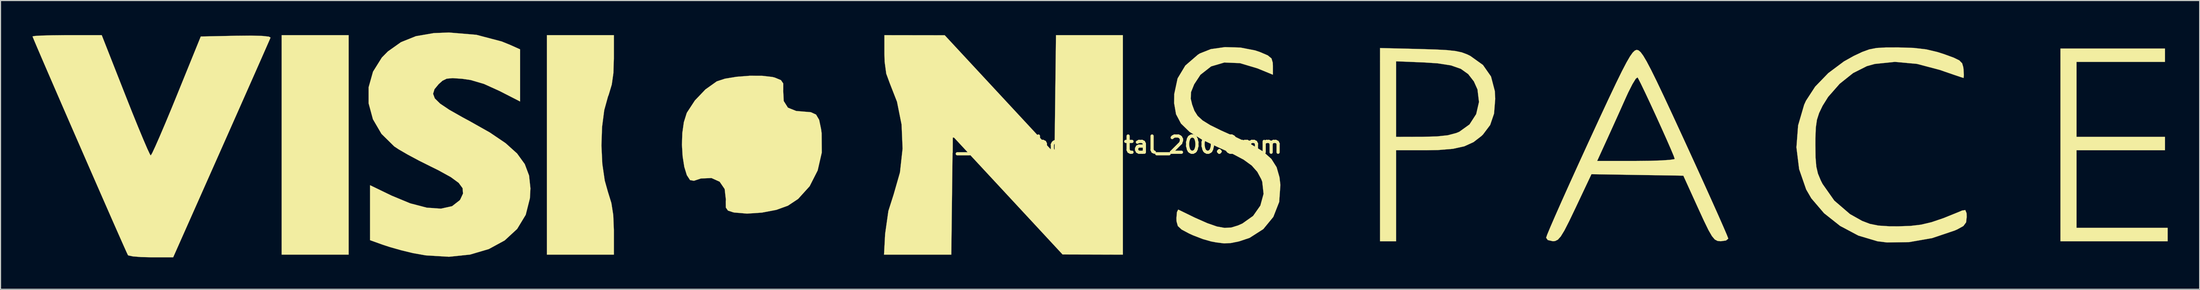
<source format=kicad_pcb>
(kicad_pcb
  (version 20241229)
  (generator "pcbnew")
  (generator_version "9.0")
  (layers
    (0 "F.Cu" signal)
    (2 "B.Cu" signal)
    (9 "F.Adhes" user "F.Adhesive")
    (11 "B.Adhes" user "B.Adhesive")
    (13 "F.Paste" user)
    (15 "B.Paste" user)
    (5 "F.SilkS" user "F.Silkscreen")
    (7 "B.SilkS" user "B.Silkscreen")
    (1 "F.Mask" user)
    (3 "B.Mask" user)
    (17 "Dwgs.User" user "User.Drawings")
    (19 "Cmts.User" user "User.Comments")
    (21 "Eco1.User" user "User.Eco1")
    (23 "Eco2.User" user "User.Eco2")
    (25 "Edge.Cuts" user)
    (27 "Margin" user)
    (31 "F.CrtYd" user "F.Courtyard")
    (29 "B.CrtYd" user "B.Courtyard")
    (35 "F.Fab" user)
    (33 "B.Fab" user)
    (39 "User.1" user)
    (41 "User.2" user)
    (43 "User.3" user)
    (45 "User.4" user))
  (footprint "VST_logo_horizontal_200.0mm"
    (layer "F.Cu")
    (at 100.096 10.564)
    (property "Reference" "VST_logo_horizontal_200.0mm" (at 0 0 0) (layer "F.SilkS") (effects (font (size 1.524 1.524) (thickness 0.3))))
    (attr through_hole)
    (fp_poly (pts (xy -70.416 10.311) (xy -76.703 10.311) (xy -76.703 -10.311) (xy -70.416 -10.311) (xy -70.416 10.311)) (stroke (width 0.01) (type solid)) (fill yes) (layer "F.SilkS"))
    (fp_poly (pts (xy 100.091 -7.796) (xy 91.792 -7.796) (xy 91.792 -0.754) (xy 100.091 -0.754) (xy 100.091 0.503) (xy 91.792 0.503) (xy 91.792 7.796) (xy 100.343 7.796) (xy 100.343 9.053) (xy 90.283 9.053) (xy 90.283 -9.053) (xy 100.091 -9.053) (xy 100.091 -7.796)) (stroke (width 0.01) (type solid)) (fill yes) (layer "F.SilkS"))
    (fp_poly (pts (xy -45.519 -8.11) (xy -45.563 -6.741) (xy -45.714 -5.672) (xy -46.003 -4.708) (xy -46.074 -4.527) (xy -46.422 -3.265) (xy -46.626 -1.684) (xy -46.686 0.055) (xy -46.602 1.79) (xy -46.373 3.358) (xy -46.083 4.392) (xy -45.752 5.462) (xy -45.575 6.591) (xy -45.519 7.988) (xy -45.519 8.102) (xy -45.519 10.311) (xy -51.806 10.311) (xy -51.806 -10.311) (xy -45.519 -10.311) (xy -45.519 -8.11)) (stroke (width 0.01) (type solid)) (fill yes) (layer "F.SilkS"))
    (fp_poly (pts (xy 2.263 10.311) (xy -0.566 10.303) (xy -3.395 10.296) (xy -8.55 4.739) (xy -13.706 -0.817) (xy -13.774 4.747) (xy -13.841 10.311) (xy -20.157 10.311) (xy -20.053 8.362) (xy -19.749 6.211) (xy -19.252 4.652) (xy -18.66 2.586) (xy -18.414 0.353) (xy -18.508 -1.907) (xy -18.938 -4.053) (xy -19.613 -5.78) (xy -19.948 -6.69) (xy -20.101 -7.825) (xy -20.119 -8.54) (xy -20.119 -10.311) (xy -14.46 -10.303) (xy -9.305 -4.749) (xy -4.15 0.805) (xy -4.082 -4.753) (xy -4.014 -10.311) (xy 2.263 -10.311) (xy 2.263 10.311)) (stroke (width 0.01) (type solid)) (fill yes) (layer "F.SilkS"))
    (fp_poly (pts (xy 30.115 -9.009) (xy 31.612 -8.964) (xy 32.706 -8.905) (xy 33.499 -8.818) (xy 34.091 -8.69) (xy 34.582 -8.506) (xy 34.885 -8.356) (xy 36.068 -7.509) (xy 36.825 -6.426) (xy 37.182 -5.06) (xy 37.22 -4.33) (xy 37.11 -2.941) (xy 36.746 -1.871) (xy 36.074 -0.979) (xy 35.92 -0.829) (xy 35.181 -0.26) (xy 34.324 0.131) (xy 33.246 0.37) (xy 31.842 0.484) (xy 30.689 0.503) (xy 27.915 0.503) (xy 27.915 9.053) (xy 26.406 9.053) (xy 26.406 -0.754) (xy 27.915 -0.754) (xy 30.367 -0.76) (xy 31.754 -0.796) (xy 32.773 -0.907) (xy 33.555 -1.113) (xy 33.844 -1.231) (xy 34.805 -1.92) (xy 35.434 -2.894) (xy 35.696 -4.031) (xy 35.556 -5.208) (xy 35.218 -5.961) (xy 34.682 -6.653) (xy 33.992 -7.145) (xy 33.059 -7.471) (xy 31.791 -7.666) (xy 30.493 -7.749) (xy 27.915 -7.853) (xy 27.915 -0.754) (xy 26.406 -0.754) (xy 26.406 -9.1) (xy 30.115 -9.009)) (stroke (width 0.01) (type solid)) (fill yes) (layer "F.SilkS"))
    (fp_poly (pts (xy -31.597 -6.492) (xy -30.639 -6.382) (xy -30.393 -6.317) (xy -29.833 -6.085) (xy -29.615 -5.768) (xy -29.615 -5.171) (xy -29.622 -5.092) (xy -29.571 -4.119) (xy -29.18 -3.499) (xy -28.41 -3.189) (xy -27.796 -3.136) (xy -27.022 -3.071) (xy -26.536 -2.846) (xy -26.248 -2.357) (xy -26.068 -1.502) (xy -26.014 -1.104) (xy -25.998 0.711) (xy -26.386 2.401) (xy -27.14 3.884) (xy -28.223 5.079) (xy -29.179 5.712) (xy -30.271 6.107) (xy -31.626 6.364) (xy -33.016 6.456) (xy -34.214 6.356) (xy -34.328 6.331) (xy -34.81 6.171) (xy -35.007 5.89) (xy -35.016 5.315) (xy -35.003 5.147) (xy -35.116 4.15) (xy -35.589 3.459) (xy -36.354 3.114) (xy -37.345 3.155) (xy -38.001 3.373) (xy -38.366 3.308) (xy -38.671 2.84) (xy -38.907 2.067) (xy -39.062 1.085) (xy -39.127 -0.007) (xy -39.093 -1.112) (xy -38.949 -2.133) (xy -38.686 -2.972) (xy -38.652 -3.045) (xy -37.915 -4.172) (xy -36.925 -5.21) (xy -35.871 -5.96) (xy -35.852 -5.971) (xy -35.086 -6.223) (xy -34.001 -6.401) (xy -32.778 -6.495) (xy -31.597 -6.492)) (stroke (width 0.01) (type solid)) (fill yes) (layer "F.SilkS"))
    (fp_poly (pts (xy -91.373 -4.661) (xy -90.749 -3.088) (xy -90.18 -1.684) (xy -89.692 -0.511) (xy -89.314 0.367) (xy -89.072 0.884) (xy -88.997 0.997) (xy -88.863 0.777) (xy -88.571 0.153) (xy -88.147 -0.81) (xy -87.619 -2.049) (xy -87.015 -3.5) (xy -86.57 -4.59) (xy -84.298 -10.185) (xy -80.98 -10.255) (xy -79.57 -10.268) (xy -78.532 -10.24) (xy -77.912 -10.174) (xy -77.748 -10.082) (xy -77.865 -9.808) (xy -78.166 -9.123) (xy -78.628 -8.072) (xy -79.231 -6.706) (xy -79.955 -5.07) (xy -80.777 -3.213) (xy -81.677 -1.182) (xy -82.361 0.361) (xy -86.888 10.561) (xy -88.948 10.561) (xy -89.915 10.538) (xy -90.673 10.476) (xy -91.094 10.386) (xy -91.136 10.355) (xy -91.267 10.077) (xy -91.571 9.4) (xy -92.023 8.38) (xy -92.599 7.074) (xy -93.272 5.539) (xy -94.019 3.832) (xy -94.815 2.011) (xy -95.635 0.13) (xy -96.455 -1.751) (xy -97.249 -3.577) (xy -97.992 -5.291) (xy -98.661 -6.836) (xy -99.23 -8.155) (xy -99.674 -9.191) (xy -99.969 -9.887) (xy -100.089 -10.187) (xy -100.091 -10.194) (xy -99.855 -10.237) (xy -99.21 -10.274) (xy -98.249 -10.299) (xy -97.067 -10.311) (xy -96.843 -10.311) (xy -93.595 -10.311) (xy -91.373 -4.661)) (stroke (width 0.01) (type solid)) (fill yes) (layer "F.SilkS"))
    (fp_poly (pts (xy -58.428 -10.344) (xy -56.047 -9.718) (xy -55.264 -9.4) (xy -54.321 -8.977) (xy -54.321 -4.078) (xy -56.273 -5.075) (xy -57.713 -5.728) (xy -58.969 -6.097) (xy -59.772 -6.213) (xy -60.654 -6.272) (xy -61.209 -6.223) (xy -61.61 -6.027) (xy -61.967 -5.706) (xy -62.357 -5.234) (xy -62.49 -4.802) (xy -62.327 -4.365) (xy -61.83 -3.877) (xy -60.963 -3.295) (xy -59.688 -2.572) (xy -59.086 -2.249) (xy -57.163 -1.165) (xy -55.683 -0.163) (xy -54.603 0.809) (xy -53.882 1.805) (xy -53.479 2.878) (xy -53.35 4.082) (xy -53.4 5.016) (xy -53.792 6.568) (xy -54.597 7.896) (xy -55.768 8.976) (xy -57.258 9.787) (xy -59.02 10.306) (xy -61.007 10.512) (xy -63.171 10.382) (xy -64.378 10.169) (xy -65.466 9.905) (xy -66.565 9.594) (xy -67.207 9.384) (xy -68.404 8.954) (xy -68.404 3.79) (xy -66.391 4.764) (xy -64.643 5.49) (xy -63.081 5.899) (xy -61.754 5.99) (xy -60.708 5.759) (xy -59.992 5.204) (xy -59.935 5.123) (xy -59.68 4.573) (xy -59.717 4.07) (xy -60.086 3.569) (xy -60.83 3.023) (xy -61.991 2.384) (xy -62.671 2.048) (xy -63.813 1.478) (xy -64.875 0.909) (xy -65.721 0.418) (xy -66.136 0.143) (xy -67.333 -1.034) (xy -68.136 -2.409) (xy -68.54 -3.9) (xy -68.54 -5.419) (xy -68.128 -6.882) (xy -67.301 -8.204) (xy -66.731 -8.783) (xy -65.505 -9.652) (xy -64.104 -10.215) (xy -62.425 -10.504) (xy -61.002 -10.559) (xy -58.428 -10.344)) (stroke (width 0.01) (type solid)) (fill yes) (layer "F.SilkS"))
    (fp_poly (pts (xy 13.288 -9.147) (xy 14.684 -8.877) (xy 15.152 -8.718) (xy 15.864 -8.412) (xy 16.218 -8.124) (xy 16.337 -7.721) (xy 16.347 -7.426) (xy 16.347 -6.595) (xy 14.9 -7.189) (xy 13.255 -7.681) (xy 11.794 -7.741) (xy 10.549 -7.375) (xy 9.549 -6.592) (xy 8.958 -5.693) (xy 8.665 -4.961) (xy 8.635 -4.345) (xy 8.767 -3.789) (xy 8.982 -3.203) (xy 9.284 -2.725) (xy 9.75 -2.297) (xy 10.461 -1.858) (xy 11.495 -1.349) (xy 12.703 -0.808) (xy 14.27 -0.07) (xy 15.415 0.614) (xy 16.202 1.314) (xy 16.698 2.098) (xy 16.967 3.035) (xy 17.052 3.762) (xy 16.939 5.362) (xy 16.389 6.766) (xy 15.448 7.911) (xy 14.162 8.735) (xy 13.157 9.07) (xy 12.392 9.223) (xy 11.773 9.255) (xy 11.045 9.165) (xy 10.553 9.073) (xy 9.783 8.854) (xy 8.865 8.501) (xy 8.478 8.325) (xy 7.776 7.951) (xy 7.424 7.621) (xy 7.303 7.19) (xy 7.293 6.872) (xy 7.34 6.32) (xy 7.454 6.083) (xy 7.482 6.087) (xy 9.012 6.832) (xy 10.188 7.353) (xy 11.095 7.669) (xy 11.819 7.799) (xy 12.446 7.761) (xy 13.062 7.574) (xy 13.484 7.388) (xy 14.492 6.673) (xy 15.172 5.703) (xy 15.474 4.595) (xy 15.349 3.465) (xy 15.262 3.232) (xy 14.885 2.531) (xy 14.36 1.938) (xy 13.599 1.386) (xy 12.513 0.811) (xy 11.349 0.288) (xy 9.715 -0.482) (xy 8.524 -1.225) (xy 7.721 -2.005) (xy 7.256 -2.883) (xy 7.076 -3.923) (xy 7.091 -4.794) (xy 7.402 -6.249) (xy 8.127 -7.455) (xy 9.297 -8.467) (xy 9.488 -8.59) (xy 10.524 -9) (xy 11.846 -9.187) (xy 13.288 -9.147)) (stroke (width 0.01) (type solid)) (fill yes) (layer "F.SilkS"))
    (fp_poly (pts (xy 76.519 -9.111) (xy 77.677 -8.976) (xy 78.739 -8.725) (xy 79.344 -8.53) (xy 80.251 -8.201) (xy 80.785 -7.941) (xy 81.053 -7.667) (xy 81.161 -7.295) (xy 81.183 -7.104) (xy 81.215 -6.55) (xy 81.189 -6.293) (xy 81.183 -6.29) (xy 80.927 -6.369) (xy 80.307 -6.578) (xy 79.435 -6.878) (xy 78.966 -7.042) (xy 76.81 -7.611) (xy 74.74 -7.801) (xy 72.849 -7.606) (xy 72.109 -7.4) (xy 70.815 -6.748) (xy 69.554 -5.741) (xy 68.475 -4.512) (xy 67.953 -3.678) (xy 67.625 -2.994) (xy 67.422 -2.363) (xy 67.316 -1.625) (xy 67.278 -0.619) (xy 67.275 0) (xy 67.292 1.19) (xy 67.362 2.036) (xy 67.515 2.699) (xy 67.779 3.336) (xy 67.949 3.669) (xy 69.051 5.235) (xy 70.527 6.504) (xy 71.66 7.141) (xy 72.39 7.42) (xy 73.188 7.581) (xy 74.216 7.647) (xy 75.068 7.651) (xy 76.202 7.612) (xy 77.19 7.495) (xy 78.173 7.263) (xy 79.293 6.883) (xy 80.69 6.319) (xy 81.041 6.17) (xy 81.347 6.122) (xy 81.467 6.409) (xy 81.481 6.772) (xy 81.423 7.28) (xy 81.168 7.624) (xy 80.591 7.941) (xy 80.354 8.045) (xy 78.248 8.755) (xy 76.075 9.135) (xy 73.993 9.166) (xy 73.094 9.054) (xy 71.305 8.52) (xy 69.598 7.613) (xy 68.089 6.419) (xy 66.895 5.023) (xy 66.41 4.187) (xy 65.75 2.282) (xy 65.497 0.23) (xy 65.654 -1.831) (xy 66.219 -3.767) (xy 66.39 -4.145) (xy 67.252 -5.47) (xy 68.483 -6.743) (xy 69.957 -7.844) (xy 70.869 -8.355) (xy 71.681 -8.737) (xy 72.344 -8.977) (xy 73.02 -9.106) (xy 73.873 -9.156) (xy 75.063 -9.158) (xy 76.519 -9.111)) (stroke (width 0.01) (type solid)) (fill yes) (layer "F.SilkS"))
    (fp_poly (pts (xy 50.679 -8.88) (xy 50.873 -8.711) (xy 51.118 -8.377) (xy 51.436 -7.84) (xy 51.848 -7.056) (xy 52.376 -5.986) (xy 53.041 -4.588) (xy 53.865 -2.821) (xy 54.869 -0.644) (xy 55.082 -0.181) (xy 55.979 1.779) (xy 56.807 3.598) (xy 57.541 5.225) (xy 58.161 6.61) (xy 58.641 7.7) (xy 58.961 8.445) (xy 59.096 8.793) (xy 59.099 8.809) (xy 58.882 8.985) (xy 58.39 9.053) (xy 58.091 9.024) (xy 57.832 8.888) (xy 57.565 8.573) (xy 57.239 8.007) (xy 56.806 7.117) (xy 56.28 5.973) (xy 54.879 2.892) (xy 50.566 2.823) (xy 46.254 2.754) (xy 44.767 5.904) (xy 44.161 7.169) (xy 43.713 8.045) (xy 43.374 8.601) (xy 43.099 8.908) (xy 42.838 9.034) (xy 42.639 9.053) (xy 42.154 8.942) (xy 41.998 8.724) (xy 42.1 8.428) (xy 42.391 7.728) (xy 42.847 6.676) (xy 43.445 5.324) (xy 44.163 3.724) (xy 44.977 1.929) (xy 45.169 1.509) (xy 46.789 1.509) (xy 50.429 1.509) (xy 51.717 1.496) (xy 52.805 1.46) (xy 53.604 1.407) (xy 54.026 1.341) (xy 54.069 1.31) (xy 53.969 1.021) (xy 53.697 0.373) (xy 53.298 -0.54) (xy 52.813 -1.622) (xy 52.288 -2.778) (xy 51.765 -3.912) (xy 51.287 -4.93) (xy 50.899 -5.736) (xy 50.644 -6.235) (xy 50.576 -6.344) (xy 50.41 -6.213) (xy 50.102 -5.71) (xy 49.706 -4.928) (xy 49.49 -4.457) (xy 48.925 -3.193) (xy 48.294 -1.794) (xy 47.727 -0.544) (xy 47.679 -0.44) (xy 46.789 1.509) (xy 45.169 1.509) (xy 45.864 -0.01) (xy 45.982 -0.267) (xy 47.018 -2.514) (xy 47.871 -4.344) (xy 48.561 -5.797) (xy 49.109 -6.916) (xy 49.539 -7.74) (xy 49.87 -8.313) (xy 50.125 -8.673) (xy 50.326 -8.864) (xy 50.493 -8.927) (xy 50.515 -8.928) (xy 50.679 -8.88)) (stroke (width 0.01) (type solid)) (fill yes) (layer "F.SilkS")))
  (gr_rect
    (start -3 -3)
    (end 203.444 24.131)
    (stroke (width 0.1) (type default))
    (fill no)
    (layer "Edge.Cuts")))
</source>
